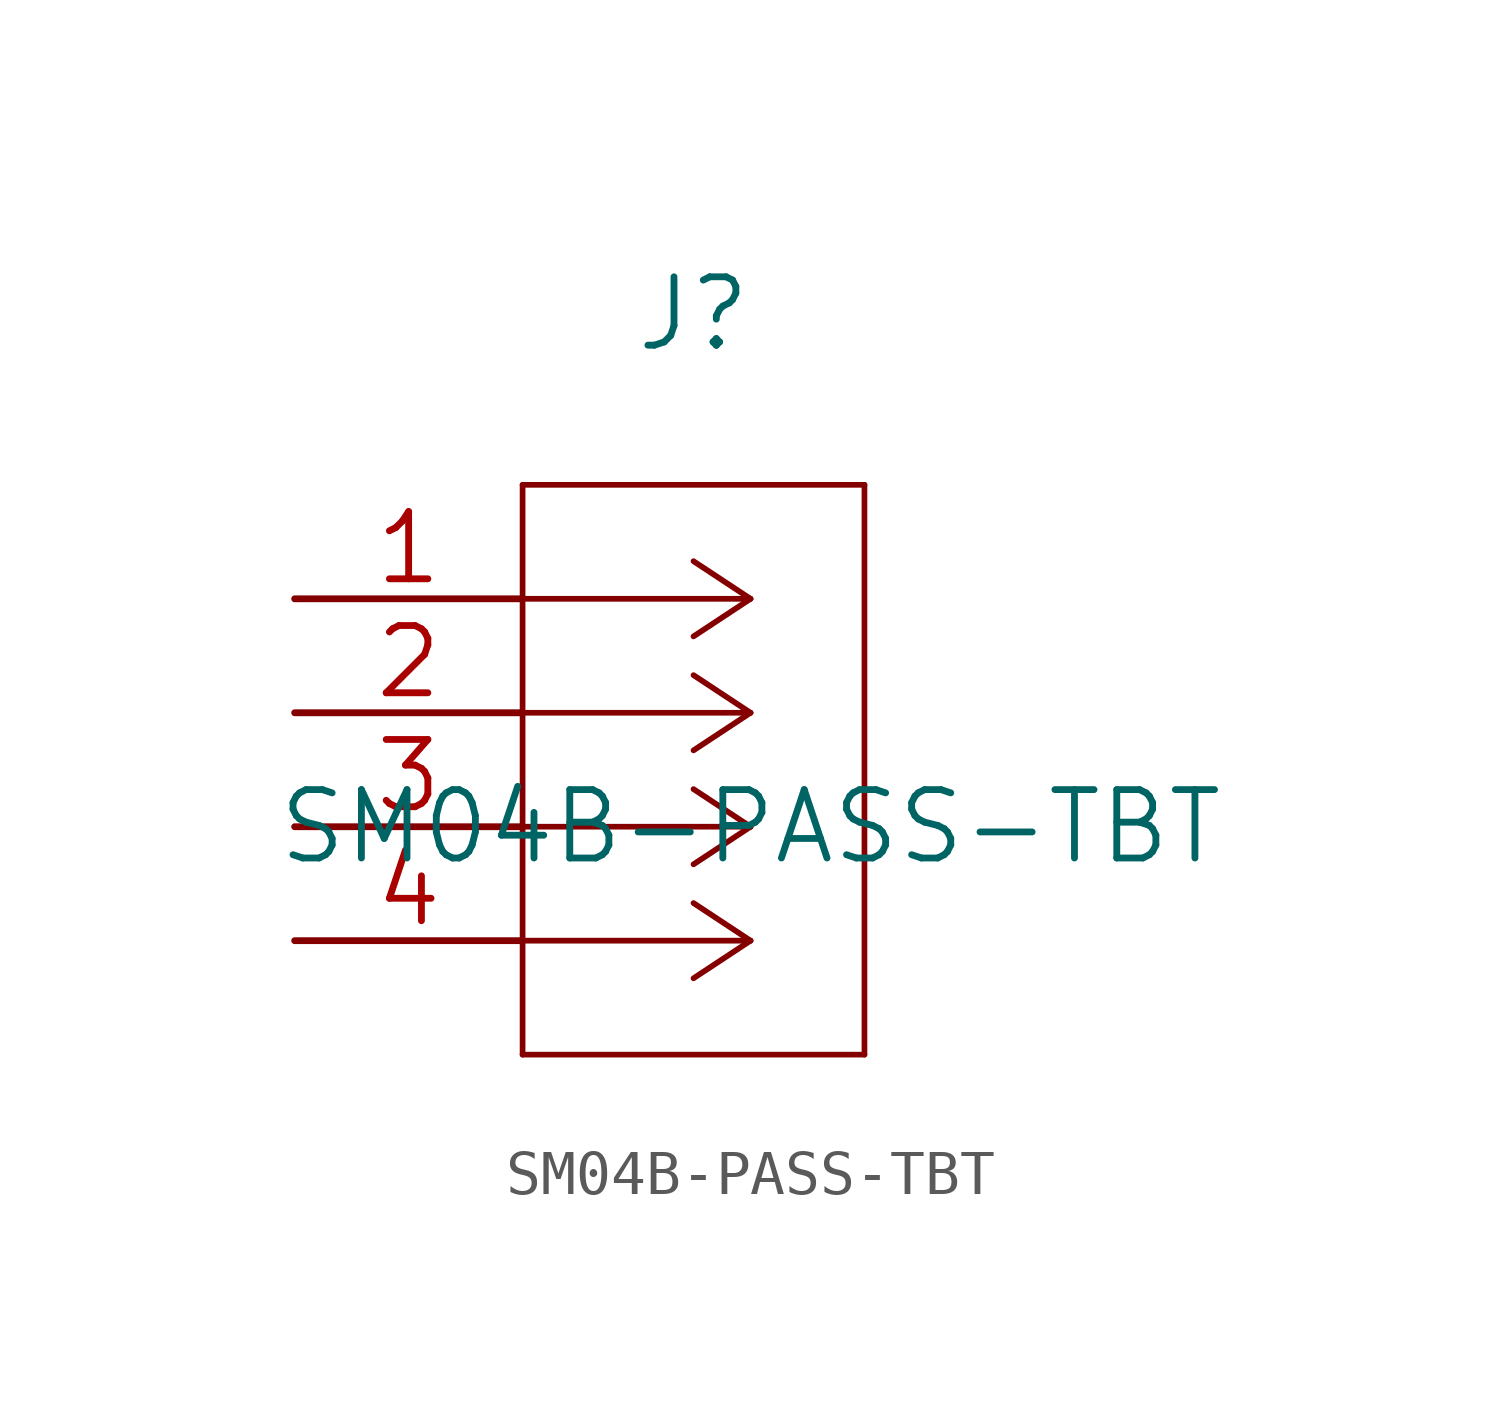
<source format=kicad_sym>
(kicad_symbol_lib
  (version 20211014)
  (generator kicad_symbol_editor)
  (symbol "SM04B-PASS-TBT"
    (pin_names
      (offset 0.254) hide)
    (property "Reference" "J"
      (at 8.89 6.35 0)
      (effects (font (size 1.524 1.524))))
    (property "Value" "SM04B-PASS-TBT"
      (at 10.16 -5.08 0)
      (effects (font (size 1.524 1.524))))
    (property "Datasheet" ""
      (at 0 0 0)
      (effects (font (size 1.524 1.524))))
    (property "ki_locked" ""
      (at 0 0 0)
      (effects (font (size 1.27 1.27))))
    (symbol "SM04B-PASS-TBT_1_1"
      (polyline (pts (xy 5.08 -10.16) (xy 12.7 -10.16)) (stroke (width 0.127) (type default) (color 0 0 0 0)) (fill (type none)))
      (polyline (pts (xy 5.08 2.54) (xy 5.08 -10.16)) (stroke (width 0.127) (type default) (color 0 0 0 0)) (fill (type none)))
      (polyline (pts (xy 10.16 -7.62) (xy 5.08 -7.62)) (stroke (width 0.127) (type default) (color 0 0 0 0)) (fill (type none)))
      (polyline (pts (xy 10.16 -7.62) (xy 8.89 -8.458)) (stroke (width 0.127) (type default) (color 0 0 0 0)) (fill (type none)))
      (polyline (pts (xy 10.16 -7.62) (xy 8.89 -6.782)) (stroke (width 0.127) (type default) (color 0 0 0 0)) (fill (type none)))
      (polyline (pts (xy 10.16 -5.08) (xy 5.08 -5.08)) (stroke (width 0.127) (type default) (color 0 0 0 0)) (fill (type none)))
      (polyline (pts (xy 10.16 -5.08) (xy 8.89 -5.918)) (stroke (width 0.127) (type default) (color 0 0 0 0)) (fill (type none)))
      (polyline (pts (xy 10.16 -5.08) (xy 8.89 -4.242)) (stroke (width 0.127) (type default) (color 0 0 0 0)) (fill (type none)))
      (polyline (pts (xy 10.16 -2.54) (xy 5.08 -2.54)) (stroke (width 0.127) (type default) (color 0 0 0 0)) (fill (type none)))
      (polyline (pts (xy 10.16 -2.54) (xy 8.89 -3.378)) (stroke (width 0.127) (type default) (color 0 0 0 0)) (fill (type none)))
      (polyline (pts (xy 10.16 -2.54) (xy 8.89 -1.702)) (stroke (width 0.127) (type default) (color 0 0 0 0)) (fill (type none)))
      (polyline (pts (xy 10.16 0) (xy 5.08 0)) (stroke (width 0.127) (type default) (color 0 0 0 0)) (fill (type none)))
      (polyline (pts (xy 10.16 0) (xy 8.89 -0.838)) (stroke (width 0.127) (type default) (color 0 0 0 0)) (fill (type none)))
      (polyline (pts (xy 10.16 0) (xy 8.89 0.838)) (stroke (width 0.127) (type default) (color 0 0 0 0)) (fill (type none)))
      (polyline (pts (xy 12.7 -10.16) (xy 12.7 2.54)) (stroke (width 0.127) (type default) (color 0 0 0 0)) (fill (type none)))
      (polyline (pts (xy 12.7 2.54) (xy 5.08 2.54)) (stroke (width 0.127) (type default) (color 0 0 0 0)) (fill (type none)))
      (pin unspecified line (at 0 0 0) (length 5.08) (name "1" (effects (font (size 1.499 1.499)))) (number "1" (effects (font (size 1.499 1.499)))))
      (pin unspecified line (at 0 -2.54 0) (length 5.08) (name "2" (effects (font (size 1.499 1.499)))) (number "2" (effects (font (size 1.499 1.499)))))
      (pin unspecified line (at 0 -5.08 0) (length 5.08) (name "3" (effects (font (size 1.499 1.499)))) (number "3" (effects (font (size 1.499 1.499)))))
      (pin unspecified line (at 0 -7.62 0) (length 5.08) (name "4" (effects (font (size 1.499 1.499)))) (number "4" (effects (font (size 1.499 1.499))))))))
</source>
